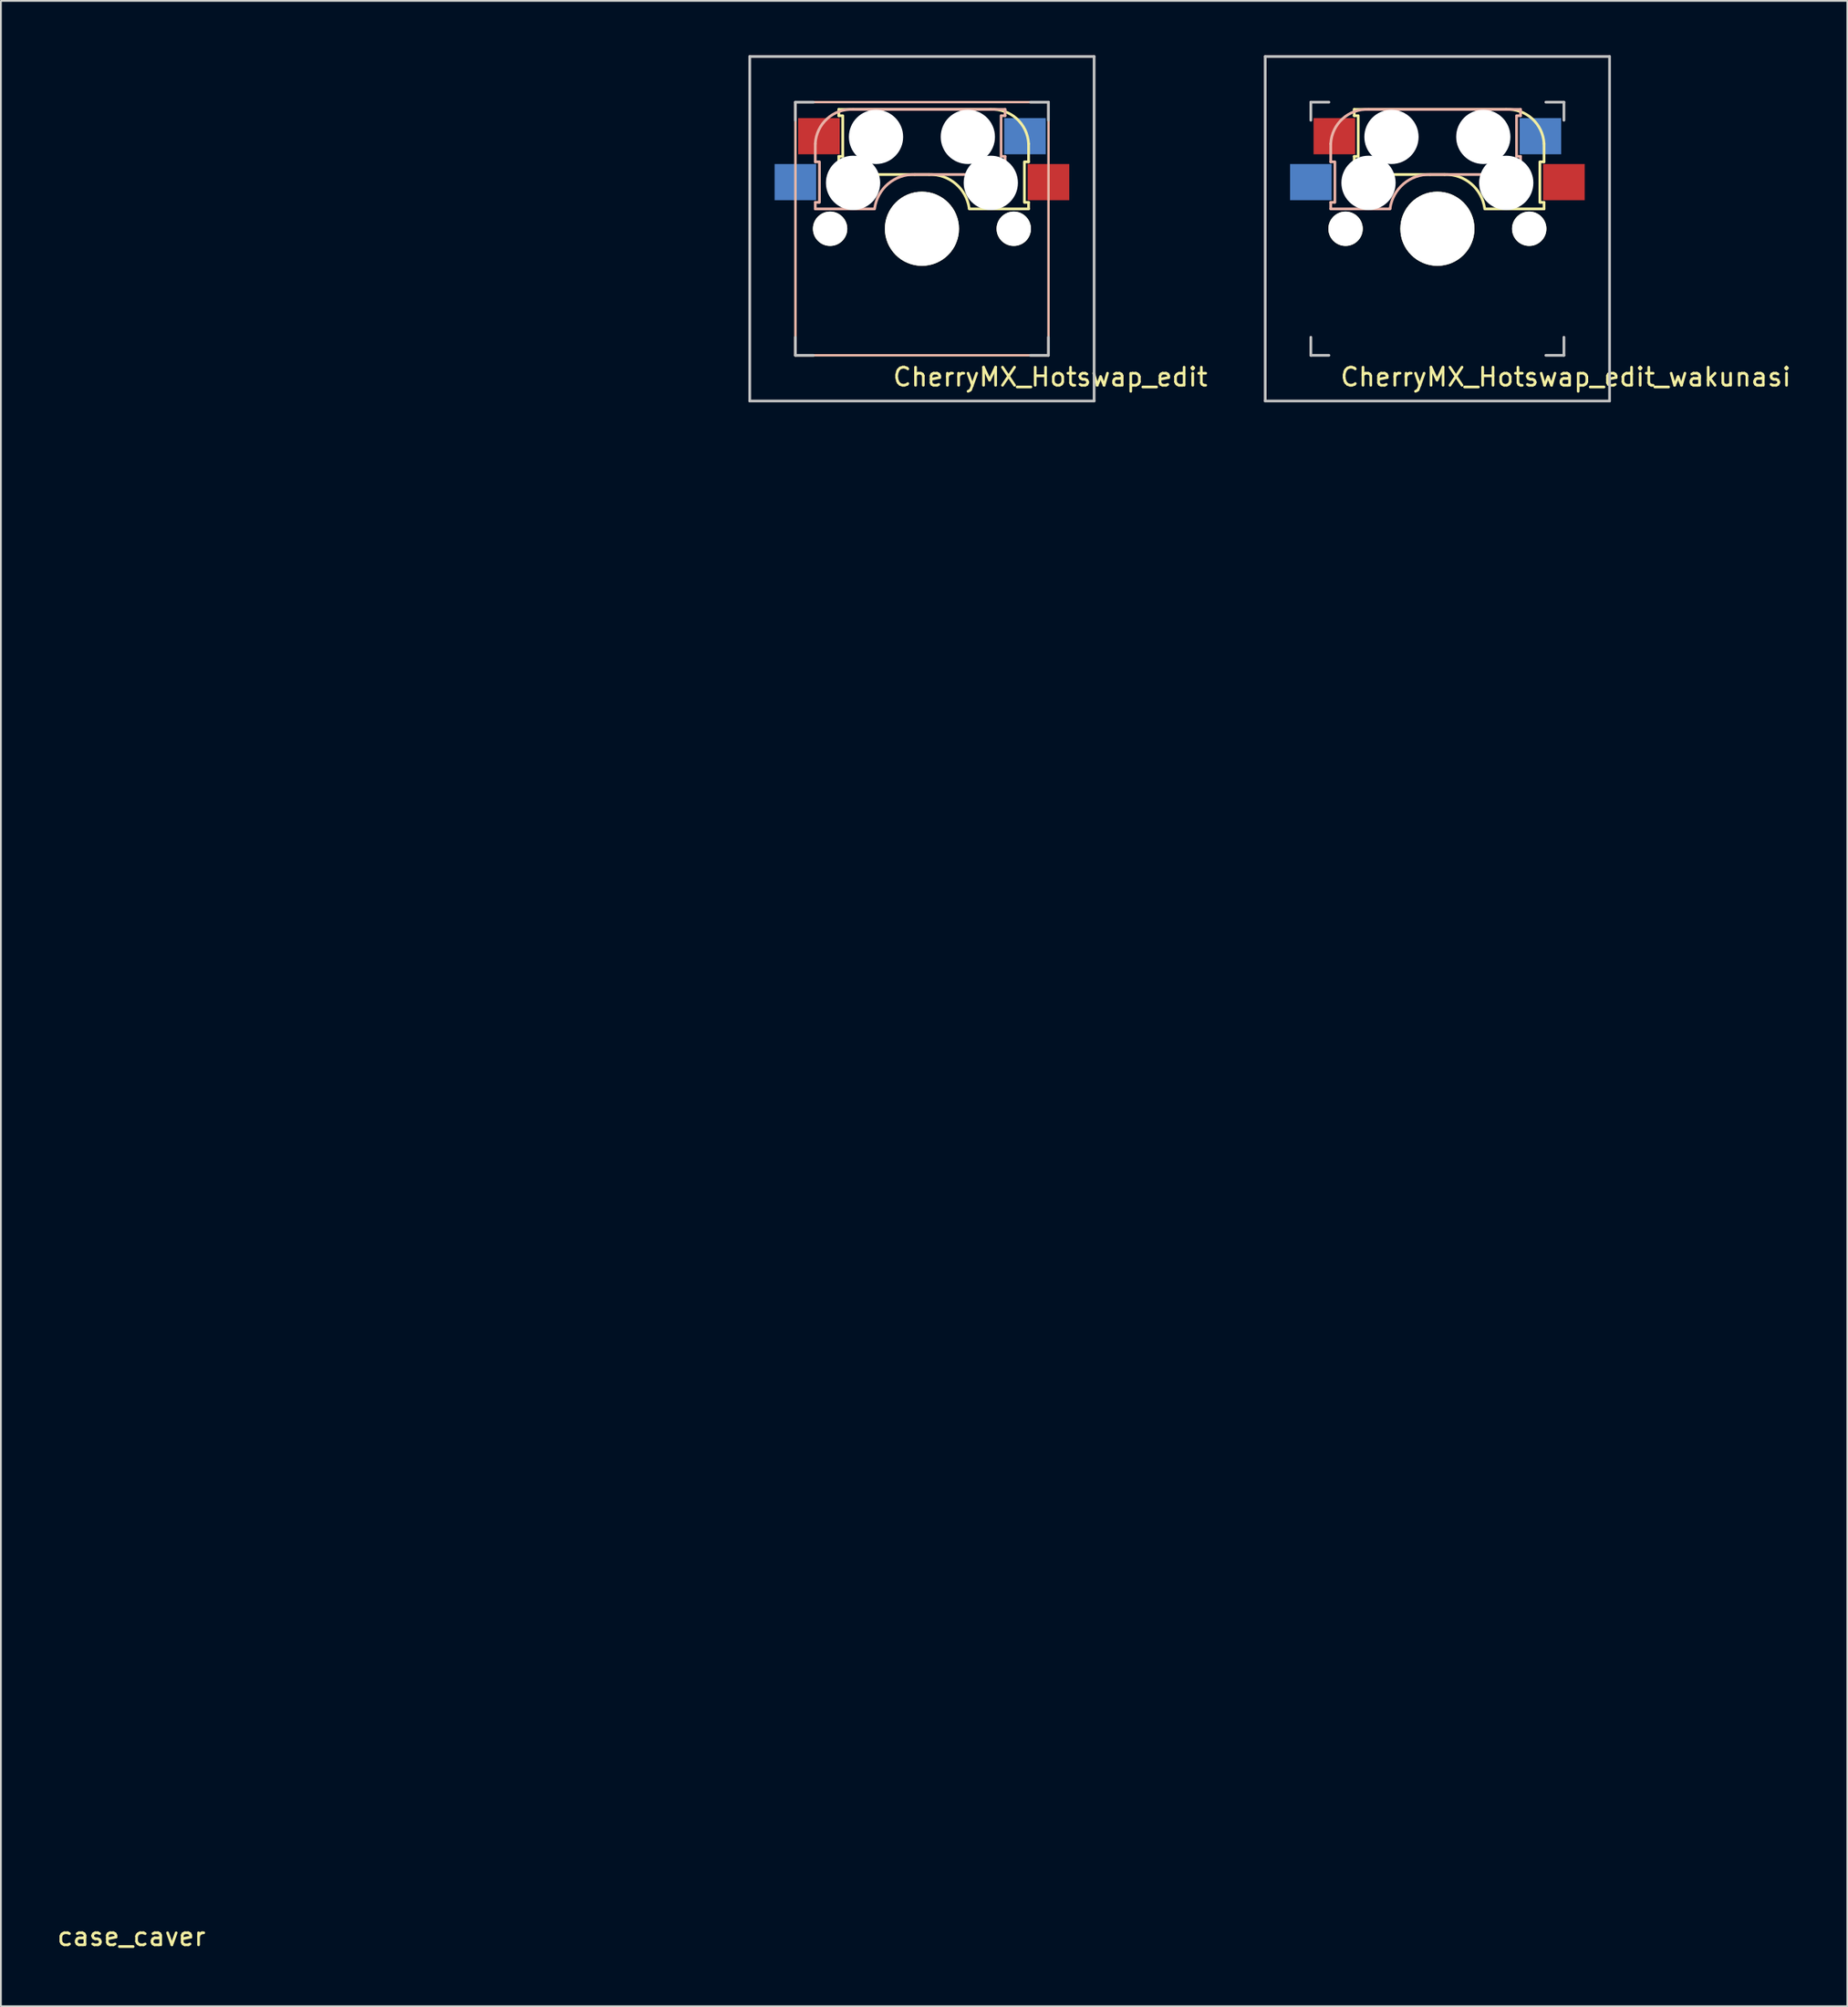
<source format=kicad_pcb>
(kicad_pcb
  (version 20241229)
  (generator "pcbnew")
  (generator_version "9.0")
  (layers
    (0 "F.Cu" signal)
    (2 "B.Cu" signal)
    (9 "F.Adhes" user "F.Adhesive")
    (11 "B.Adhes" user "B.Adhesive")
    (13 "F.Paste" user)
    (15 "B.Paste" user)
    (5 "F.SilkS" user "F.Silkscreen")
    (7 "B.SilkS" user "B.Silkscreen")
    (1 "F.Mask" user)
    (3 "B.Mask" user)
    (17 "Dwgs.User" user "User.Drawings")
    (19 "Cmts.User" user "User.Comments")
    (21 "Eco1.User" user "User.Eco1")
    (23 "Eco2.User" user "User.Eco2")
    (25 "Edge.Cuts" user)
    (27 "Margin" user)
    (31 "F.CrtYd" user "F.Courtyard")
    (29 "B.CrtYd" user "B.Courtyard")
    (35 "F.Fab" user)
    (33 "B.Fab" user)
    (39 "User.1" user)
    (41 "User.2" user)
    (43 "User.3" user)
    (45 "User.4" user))
  (footprint "case_caver"
    (layer "F.Cu")
    (at 4.22 103.541)
    (property "Reference" "case_caver" (at 0 0.5 0) (layer "F.SilkS") (effects (font (size 1 1) (thickness 0.15))))
    (attr through_hole)
    (fp_line (start 0 0) (end -0.009 -103.48) (stroke (width 0.12) (type solid)) (layer "Eco1.User"))
    (fp_line (start 0 0) (end 30.943 0) (stroke (width 0.12) (type solid)) (layer "Eco1.User"))
    (fp_arc (start -0.009934 -103.480606) (mid 1.67151 -102.401666) (end 2.926425 -100.84714) (stroke (width 0.12) (type solid)) (layer "Eco1.User"))
    (fp_arc (start 2.927784 -100.845028) (mid 24.58958 -52.545276) (end 31 0) (stroke (width 0.12) (type solid)) (layer "Eco1.User")))
  (footprint "CherryMX_Hotswap_edit_wakunasi"
    (layer "F.Cu")
    (at 76.469 9.6)
    (property "Reference" "CherryMX_Hotswap_edit_wakunasi" (at 7.1 8.2 180) (layer "F.SilkS") (effects (font (size 1 1) (thickness 0.15))))
    (attr through_hole)
    (fp_line (start -4.6 -6.6) (end 3.8 -6.6) (stroke (width 0.15) (type solid)) (layer "F.SilkS"))
    (fp_line (start -4.6 -6.25) (end -4.6 -6.6) (stroke (width 0.15) (type solid)) (layer "F.SilkS"))
    (fp_line (start -4.6 -4) (end -4.4 -4) (stroke (width 0.15) (type solid)) (layer "F.SilkS"))
    (fp_line (start -4.6 -3) (end -4.6 -4) (stroke (width 0.15) (type solid)) (layer "F.SilkS"))
    (fp_line (start -4.4 -6.25) (end -4.6 -6.25) (stroke (width 0.15) (type solid)) (layer "F.SilkS"))
    (fp_line (start -4.38 -4) (end -4.38 -6.25) (stroke (width 0.15) (type solid)) (layer "F.SilkS"))
    (fp_line (start 0.4 -3) (end -4.6 -3) (stroke (width 0.15) (type solid)) (layer "F.SilkS"))
    (fp_line (start 5.67 -3.7) (end 5.67 -1.46) (stroke (width 0.15) (type solid)) (layer "F.SilkS"))
    (fp_line (start 5.7 -1.46) (end 5.9 -1.46) (stroke (width 0.15) (type solid)) (layer "F.SilkS"))
    (fp_line (start 5.9 -4.7) (end 5.9 -3.7) (stroke (width 0.15) (type solid)) (layer "F.SilkS"))
    (fp_line (start 5.9 -3.7) (end 5.7 -3.7) (stroke (width 0.15) (type solid)) (layer "F.SilkS"))
    (fp_line (start 5.9 -1.1) (end 2.62 -1.1) (stroke (width 0.15) (type solid)) (layer "F.SilkS"))
    (fp_line (start 5.9 -1.1) (end 5.9 -1.46) (stroke (width 0.15) (type solid)) (layer "F.SilkS"))
    (fp_arc (start 0.4 -3) (mid 1.868709 -2.486118) (end 2.616318 -1.121471) (stroke (width 0.15) (type solid)) (layer "F.SilkS"))
    (fp_arc (start 3.8 -6.600001) (mid 5.243504 -6.084925) (end 5.900001 -4.7) (stroke (width 0.15) (type solid)) (layer "F.SilkS"))
    (fp_line (start -5.9 -4.7) (end -5.9 -3.7) (stroke (width 0.15) (type solid)) (layer "B.SilkS"))
    (fp_line (start -5.9 -3.7) (end -5.7 -3.7) (stroke (width 0.15) (type solid)) (layer "B.SilkS"))
    (fp_line (start -5.9 -1.1) (end -5.9 -1.46) (stroke (width 0.15) (type solid)) (layer "B.SilkS"))
    (fp_line (start -5.9 -1.1) (end -2.62 -1.1) (stroke (width 0.15) (type solid)) (layer "B.SilkS"))
    (fp_line (start -5.7 -1.46) (end -5.9 -1.46) (stroke (width 0.15) (type solid)) (layer "B.SilkS"))
    (fp_line (start -5.67 -3.7) (end -5.67 -1.46) (stroke (width 0.15) (type solid)) (layer "B.SilkS"))
    (fp_line (start -0.4 -3) (end 4.6 -3) (stroke (width 0.15) (type solid)) (layer "B.SilkS"))
    (fp_line (start 4.38 -4) (end 4.38 -6.25) (stroke (width 0.15) (type solid)) (layer "B.SilkS"))
    (fp_line (start 4.4 -6.25) (end 4.6 -6.25) (stroke (width 0.15) (type solid)) (layer "B.SilkS"))
    (fp_line (start 4.6 -6.6) (end -3.8 -6.6) (stroke (width 0.15) (type solid)) (layer "B.SilkS"))
    (fp_line (start 4.6 -6.25) (end 4.6 -6.6) (stroke (width 0.15) (type solid)) (layer "B.SilkS"))
    (fp_line (start 4.6 -4) (end 4.4 -4) (stroke (width 0.15) (type solid)) (layer "B.SilkS"))
    (fp_line (start 4.6 -3) (end 4.6 -4) (stroke (width 0.15) (type solid)) (layer "B.SilkS"))
    (fp_arc (start -5.9 -4.699999) (mid -5.243504 -6.084924) (end -3.800001 -6.6) (stroke (width 0.15) (type solid)) (layer "B.SilkS"))
    (fp_arc (start -2.616318 -1.121471) (mid -1.868709 -2.486118) (end -0.4 -3) (stroke (width 0.15) (type solid)) (layer "B.SilkS"))
    (fp_line (start -9.525 -9.525) (end 9.525 -9.525) (stroke (width 0.15) (type solid)) (layer "Dwgs.User"))
    (fp_line (start -9.525 9.525) (end -9.525 -9.525) (stroke (width 0.15) (type solid)) (layer "Dwgs.User"))
    (fp_line (start -7 -7) (end -6 -7) (stroke (width 0.15) (type solid)) (layer "Dwgs.User"))
    (fp_line (start -7 -6) (end -7 -7) (stroke (width 0.15) (type solid)) (layer "Dwgs.User"))
    (fp_line (start -7 6) (end -7 7) (stroke (width 0.15) (type solid)) (layer "Dwgs.User"))
    (fp_line (start -7 7) (end -6 7) (stroke (width 0.15) (type solid)) (layer "Dwgs.User"))
    (fp_line (start 6 7) (end 7 7) (stroke (width 0.15) (type solid)) (layer "Dwgs.User"))
    (fp_line (start 7 -7) (end 6 -7) (stroke (width 0.15) (type solid)) (layer "Dwgs.User"))
    (fp_line (start 7 -7) (end 7 -6) (stroke (width 0.15) (type solid)) (layer "Dwgs.User"))
    (fp_line (start 7 7) (end 7 6) (stroke (width 0.15) (type solid)) (layer "Dwgs.User"))
    (fp_line (start 9.525 -9.525) (end 9.525 9.525) (stroke (width 0.15) (type solid)) (layer "Dwgs.User"))
    (fp_line (start 9.525 9.525) (end -9.525 9.525) (stroke (width 0.15) (type solid)) (layer "Dwgs.User"))
    (pad "" np_thru_hole circle (at -5.08 0) (size 1.9 1.9) (drill 1.9) (layers "*.Cu" "*.Mask" "F.SilkS"))
    (pad "" np_thru_hole circle (at -3.81 -2.54 180) (size 3 3) (drill 3) (layers "*.Cu" "*.Mask"))
    (pad "" np_thru_hole circle (at -2.54 -5.08 180) (size 3 3) (drill 3) (layers "*.Cu" "*.Mask"))
    (pad "" np_thru_hole circle (at 0 0 90) (size 4.1 4.1) (drill 4.1) (layers "*.Cu" "*.Mask" "F.SilkS"))
    (pad "" np_thru_hole circle (at 2.54 -5.08 180) (size 3 3) (drill 3) (layers "*.Cu" "*.Mask"))
    (pad "" np_thru_hole circle (at 3.81 -2.54 180) (size 3 3) (drill 3) (layers "*.Cu" "*.Mask"))
    (pad "" np_thru_hole circle (at 5.08 0) (size 1.9 1.9) (drill 1.9) (layers "*.Cu" "*.Mask" "F.SilkS"))
    (pad "1" smd rect (at -7 -2.58 180) (size 2.3 2) (layers "B.Cu" "B.Mask" "B.Paste"))
    (pad "1" smd rect (at 7 -2.58 180) (size 2.3 2) (layers "F.Cu" "F.Mask" "F.Paste"))
    (pad "2" smd rect (at -5.7 -5.12 180) (size 2.3 2) (layers "F.Cu" "F.Mask" "F.Paste"))
    (pad "2" smd rect (at 5.7 -5.12 180) (size 2.3 2) (layers "B.Cu" "B.Mask" "B.Paste")))
  (footprint "CherryMX_Hotswap_edit"
    (layer "F.Cu")
    (at 47.953 9.6)
    (property "Reference" "CherryMX_Hotswap_edit" (at 7.1 8.2 0) (layer "F.SilkS") (effects (font (size 1 1) (thickness 0.15))))
    (attr through_hole)
    (fp_line (start -7 -7) (end -7 7) (stroke (width 0.12) (type solid)) (layer "F.SilkS"))
    (fp_line (start -7 7) (end 7 7) (stroke (width 0.12) (type solid)) (layer "F.SilkS"))
    (fp_line (start -4.6 -6.6) (end 3.8 -6.6) (stroke (width 0.15) (type solid)) (layer "F.SilkS"))
    (fp_line (start -4.6 -6.25) (end -4.6 -6.6) (stroke (width 0.15) (type solid)) (layer "F.SilkS"))
    (fp_line (start -4.6 -4) (end -4.4 -4) (stroke (width 0.15) (type solid)) (layer "F.SilkS"))
    (fp_line (start -4.6 -3) (end -4.6 -4) (stroke (width 0.15) (type solid)) (layer "F.SilkS"))
    (fp_line (start -4.4 -6.25) (end -4.6 -6.25) (stroke (width 0.15) (type solid)) (layer "F.SilkS"))
    (fp_line (start -4.38 -4) (end -4.38 -6.25) (stroke (width 0.15) (type solid)) (layer "F.SilkS"))
    (fp_line (start 0.4 -3) (end -4.6 -3) (stroke (width 0.15) (type solid)) (layer "F.SilkS"))
    (fp_line (start 5.67 -3.7) (end 5.67 -1.46) (stroke (width 0.15) (type solid)) (layer "F.SilkS"))
    (fp_line (start 5.7 -1.46) (end 5.9 -1.46) (stroke (width 0.15) (type solid)) (layer "F.SilkS"))
    (fp_line (start 5.9 -4.7) (end 5.9 -3.7) (stroke (width 0.15) (type solid)) (layer "F.SilkS"))
    (fp_line (start 5.9 -3.7) (end 5.7 -3.7) (stroke (width 0.15) (type solid)) (layer "F.SilkS"))
    (fp_line (start 5.9 -1.1) (end 2.62 -1.1) (stroke (width 0.15) (type solid)) (layer "F.SilkS"))
    (fp_line (start 5.9 -1.1) (end 5.9 -1.46) (stroke (width 0.15) (type solid)) (layer "F.SilkS"))
    (fp_line (start 7 -7) (end -7 -7) (stroke (width 0.12) (type solid)) (layer "F.SilkS"))
    (fp_line (start 7 7) (end 7 -7) (stroke (width 0.12) (type solid)) (layer "F.SilkS"))
    (fp_arc (start 0.4 -3) (mid 1.868709 -2.486118) (end 2.616318 -1.121471) (stroke (width 0.15) (type solid)) (layer "F.SilkS"))
    (fp_arc (start 3.8 -6.600001) (mid 5.243504 -6.084925) (end 5.900001 -4.7) (stroke (width 0.15) (type solid)) (layer "F.SilkS"))
    (fp_line (start -7 -7) (end -7 7) (stroke (width 0.12) (type solid)) (layer "B.SilkS"))
    (fp_line (start -7 7) (end 7 7) (stroke (width 0.12) (type solid)) (layer "B.SilkS"))
    (fp_line (start -5.9 -4.7) (end -5.9 -3.7) (stroke (width 0.15) (type solid)) (layer "B.SilkS"))
    (fp_line (start -5.9 -3.7) (end -5.7 -3.7) (stroke (width 0.15) (type solid)) (layer "B.SilkS"))
    (fp_line (start -5.9 -1.1) (end -5.9 -1.46) (stroke (width 0.15) (type solid)) (layer "B.SilkS"))
    (fp_line (start -5.9 -1.1) (end -2.62 -1.1) (stroke (width 0.15) (type solid)) (layer "B.SilkS"))
    (fp_line (start -5.7 -1.46) (end -5.9 -1.46) (stroke (width 0.15) (type solid)) (layer "B.SilkS"))
    (fp_line (start -5.67 -3.7) (end -5.67 -1.46) (stroke (width 0.15) (type solid)) (layer "B.SilkS"))
    (fp_line (start -0.4 -3) (end 4.6 -3) (stroke (width 0.15) (type solid)) (layer "B.SilkS"))
    (fp_line (start 4.38 -4) (end 4.38 -6.25) (stroke (width 0.15) (type solid)) (layer "B.SilkS"))
    (fp_line (start 4.4 -6.25) (end 4.6 -6.25) (stroke (width 0.15) (type solid)) (layer "B.SilkS"))
    (fp_line (start 4.6 -6.6) (end -3.8 -6.6) (stroke (width 0.15) (type solid)) (layer "B.SilkS"))
    (fp_line (start 4.6 -6.25) (end 4.6 -6.6) (stroke (width 0.15) (type solid)) (layer "B.SilkS"))
    (fp_line (start 4.6 -4) (end 4.4 -4) (stroke (width 0.15) (type solid)) (layer "B.SilkS"))
    (fp_line (start 4.6 -3) (end 4.6 -4) (stroke (width 0.15) (type solid)) (layer "B.SilkS"))
    (fp_line (start 7 -7) (end -7 -7) (stroke (width 0.12) (type solid)) (layer "B.SilkS"))
    (fp_line (start 7 7) (end 7 -7) (stroke (width 0.12) (type solid)) (layer "B.SilkS"))
    (fp_arc (start -5.9 -4.699999) (mid -5.243504 -6.084924) (end -3.800001 -6.6) (stroke (width 0.15) (type solid)) (layer "B.SilkS"))
    (fp_arc (start -2.616318 -1.121471) (mid -1.868709 -2.486118) (end -0.4 -3) (stroke (width 0.15) (type solid)) (layer "B.SilkS"))
    (fp_line (start -9.525 -9.525) (end 9.525 -9.525) (stroke (width 0.15) (type solid)) (layer "Dwgs.User"))
    (fp_line (start -9.525 9.525) (end -9.525 -9.525) (stroke (width 0.15) (type solid)) (layer "Dwgs.User"))
    (fp_line (start -7 -7) (end -6 -7) (stroke (width 0.15) (type solid)) (layer "Dwgs.User"))
    (fp_line (start -7 -6) (end -7 -7) (stroke (width 0.15) (type solid)) (layer "Dwgs.User"))
    (fp_line (start -7 6) (end -7 7) (stroke (width 0.15) (type solid)) (layer "Dwgs.User"))
    (fp_line (start -7 7) (end -6 7) (stroke (width 0.15) (type solid)) (layer "Dwgs.User"))
    (fp_line (start 6 7) (end 7 7) (stroke (width 0.15) (type solid)) (layer "Dwgs.User"))
    (fp_line (start 7 -7) (end 6 -7) (stroke (width 0.15) (type solid)) (layer "Dwgs.User"))
    (fp_line (start 7 -7) (end 7 -6) (stroke (width 0.15) (type solid)) (layer "Dwgs.User"))
    (fp_line (start 7 7) (end 7 6) (stroke (width 0.15) (type solid)) (layer "Dwgs.User"))
    (fp_line (start 9.525 -9.525) (end 9.525 9.525) (stroke (width 0.15) (type solid)) (layer "Dwgs.User"))
    (fp_line (start 9.525 9.525) (end -9.525 9.525) (stroke (width 0.15) (type solid)) (layer "Dwgs.User"))
    (fp_line (start -6.92 -6.92) (end -6.92 6.92) (stroke (width 0.12) (type solid)) (layer "Eco1.User"))
    (fp_line (start -6.92 6.92) (end 6.92 6.92) (stroke (width 0.12) (type solid)) (layer "Eco1.User"))
    (fp_line (start 6.92 -6.92) (end -6.92 -6.92) (stroke (width 0.12) (type solid)) (layer "Eco1.User"))
    (fp_line (start 6.92 6.92) (end 6.92 -6.92) (stroke (width 0.12) (type solid)) (layer "Eco1.User"))
    (pad "" np_thru_hole circle (at -5.08 0) (size 1.9 1.9) (drill 1.9) (layers "*.Cu" "*.Mask" "F.SilkS"))
    (pad "" np_thru_hole circle (at -3.81 -2.54 180) (size 3 3) (drill 3) (layers "*.Cu" "*.Mask"))
    (pad "" np_thru_hole circle (at -2.54 -5.08 180) (size 3 3) (drill 3) (layers "*.Cu" "*.Mask"))
    (pad "" np_thru_hole circle (at 0 0 90) (size 4.1 4.1) (drill 4.1) (layers "*.Cu" "*.Mask" "F.SilkS"))
    (pad "" np_thru_hole circle (at 2.54 -5.08 180) (size 3 3) (drill 3) (layers "*.Cu" "*.Mask"))
    (pad "" np_thru_hole circle (at 3.81 -2.54 180) (size 3 3) (drill 3) (layers "*.Cu" "*.Mask"))
    (pad "" np_thru_hole circle (at 5.08 0) (size 1.9 1.9) (drill 1.9) (layers "*.Cu" "*.Mask" "F.SilkS"))
    (pad "1" smd rect (at -7 -2.58 180) (size 2.3 2) (layers "B.Cu" "B.Mask" "B.Paste"))
    (pad "1" smd rect (at 7 -2.58 180) (size 2.3 2) (layers "F.Cu" "F.Mask" "F.Paste"))
    (pad "2" smd rect (at -5.7 -5.12 180) (size 2.3 2) (layers "F.Cu" "F.Mask" "F.Paste"))
    (pad "2" smd rect (at 5.7 -5.12 180) (size 2.3 2) (layers "B.Cu" "B.Mask" "B.Paste")))
  (gr_rect
    (start -3 -3)
    (end 99.146 107.889)
    (stroke (width 0.1) (type default))
    (fill no)
    (layer "Edge.Cuts")))
</source>
